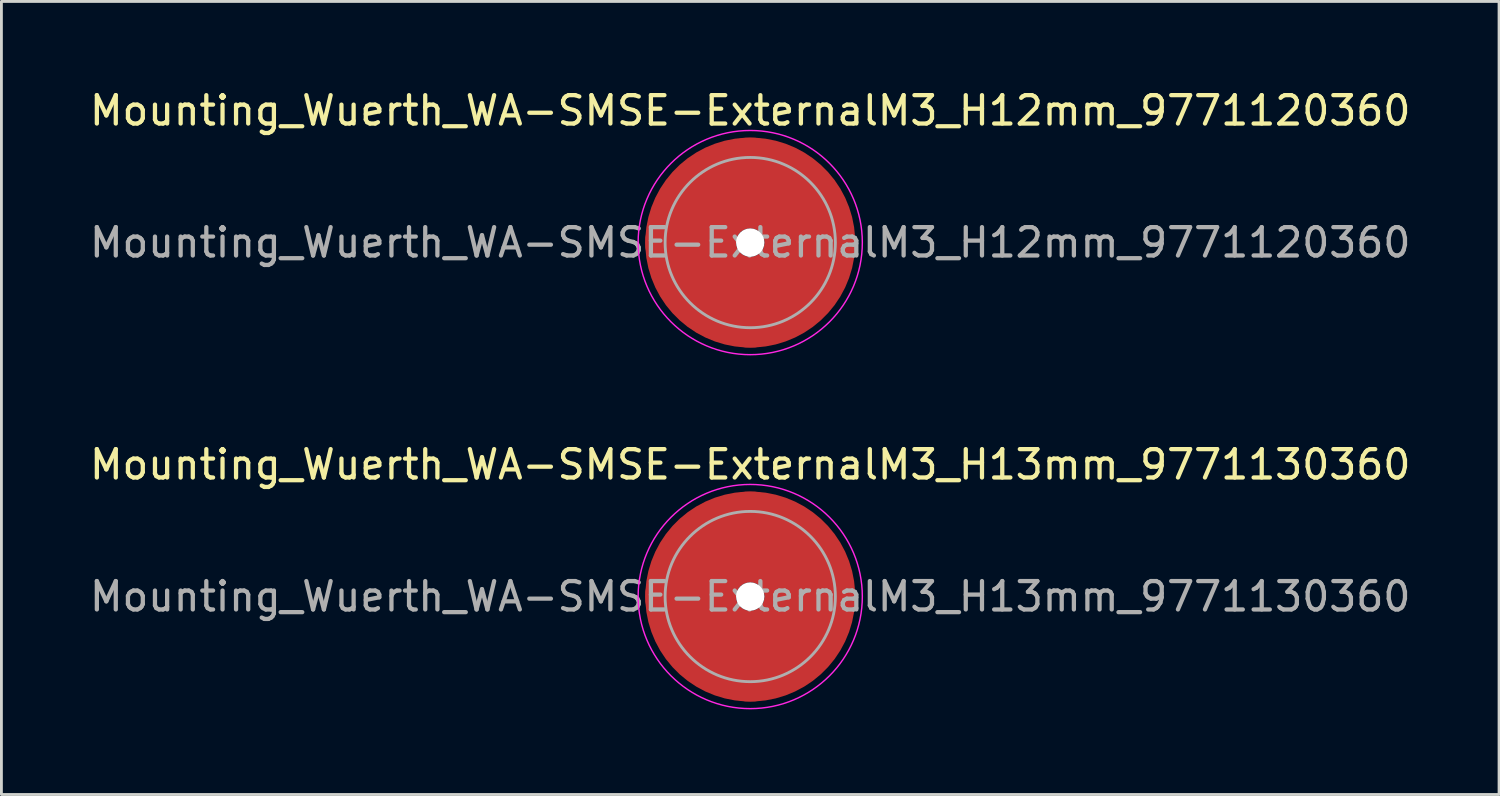
<source format=kicad_pcb>
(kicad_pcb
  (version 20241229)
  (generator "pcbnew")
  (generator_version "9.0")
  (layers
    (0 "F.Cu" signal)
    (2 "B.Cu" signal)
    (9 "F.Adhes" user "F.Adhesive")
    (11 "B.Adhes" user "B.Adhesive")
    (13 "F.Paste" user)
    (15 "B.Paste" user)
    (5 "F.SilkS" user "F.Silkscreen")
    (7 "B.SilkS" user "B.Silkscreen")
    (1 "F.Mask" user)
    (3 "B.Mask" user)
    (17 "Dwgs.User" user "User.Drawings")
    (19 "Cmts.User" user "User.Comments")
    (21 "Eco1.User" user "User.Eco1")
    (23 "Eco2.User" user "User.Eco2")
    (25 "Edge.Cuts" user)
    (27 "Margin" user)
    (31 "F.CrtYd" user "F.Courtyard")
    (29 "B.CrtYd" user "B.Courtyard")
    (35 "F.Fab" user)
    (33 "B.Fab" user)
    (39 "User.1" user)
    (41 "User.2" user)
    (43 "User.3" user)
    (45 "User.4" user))
  (footprint "Mounting_Wuerth_WA-SMSE-ExternalM3_H12mm_9771120360"
    (layer "F.Cu")
    (at 23.387 5.498)
    (property "Reference" "Mounting_Wuerth_WA-SMSE-ExternalM3_H12mm_9771120360" (at 0 -4.65 0) (layer "F.SilkS") (effects (font (size 1 1) (thickness 0.15))))
    (attr smd)
    (fp_circle (center 0 0) (end 3.95 0) (stroke (width 0.05) (type solid)) (fill no) (layer "F.CrtYd"))
    (fp_circle (center 0 0) (end 3 0) (stroke (width 0.1) (type solid)) (fill no) (layer "F.Fab"))
    (fp_text user "${REFERENCE}" (at 0 0 0) (layer "F.Fab") (effects (font (size 1 1) (thickness 0.15))))
    (pad "" smd custom (at 0 -2.1) (size 1.5 1.5) (layers "F.Paste") (options (anchor circle)) (primitives (gr_arc (start -0.305123 1.47) (mid 0 1.4) (end 0.305123 1.47) (width 0.2)) (gr_arc (start -0.493052 1.47) (mid 0 1.3) (end 0.493052 1.47) (width 0.2)) (gr_arc (start -0.642729 1.47) (mid 0 1.2) (end 0.642729 1.47) (width 0.2)) (gr_arc (start -0.776595 1.47) (mid 0 1.1) (end 0.776595 1.47) (width 0.2)) (gr_arc (start -0.901721 1.47) (mid 0 1) (end 0.901721 1.47) (width 0.2)) (gr_arc (start -1.021323 1.47) (mid 0 0.9) (end 1.021323 1.47) (width 0.2)) (gr_arc (start -1.137146 1.47) (mid 0 0.8) (end 1.137146 1.47) (width 0.2)) (gr_arc (start -1.25024 1.47) (mid 0 0.7) (end 1.25024 1.47) (width 0.2)) (gr_arc (start -1.361286 1.47) (mid 0 0.6) (end 1.361286 1.47) (width 0.2)) (gr_arc (start -1.470748 1.47) (mid 0 0.5) (end 1.470748 1.47) (width 0.2)) (gr_arc (start -1.578955 1.47) (mid 0 0.4) (end 1.578955 1.47) (width 0.2)) (gr_arc (start -1.686149 1.47) (mid 0 0.3) (end 1.686149 1.47) (width 0.2)) (gr_arc (start -1.792512 1.47) (mid 0 0.2) (end 1.792512 1.47) (width 0.2)) (gr_arc (start -1.898183 1.47) (mid 0 0.1) (end 1.898183 1.47) (width 0.2)) (gr_arc (start -2.003272 1.47) (mid 0 0) (end 2.003272 1.47) (width 0.2)) (gr_arc (start -2.107866 1.47) (mid 0 -0.1) (end 2.107866 1.47) (width 0.2)) (gr_arc (start -2.212035 1.47) (mid 0 -0.2) (end 2.212035 1.47) (width 0.2)) (gr_arc (start -2.315837 1.47) (mid 0 -0.3) (end 2.315837 1.47) (width 0.2)) (gr_arc (start -2.419318 1.47) (mid 0 -0.4) (end 2.419318 1.47) (width 0.2)) (gr_arc (start -2.522519 1.47) (mid 0 -0.5) (end 2.522519 1.47) (width 0.2)) (gr_arc (start -2.625471 1.47) (mid 0 -0.6) (end 2.625471 1.47) (width 0.2)) (gr_arc (start -2.728205 1.47) (mid 0 -0.7) (end 2.728205 1.47) (width 0.2)) (gr_arc (start -2.830742 1.47) (mid 0 -0.8) (end 2.830742 1.47) (width 0.2)) (gr_arc (start -2.933104 1.47) (mid 0 -0.9) (end 2.933104 1.47) (width 0.2)) (gr_arc (start -3.035309 1.47) (mid 0 -1) (end 3.035309 1.47) (width 0.2)) (gr_arc (start -3.137372 1.47) (mid 0 -1.1) (end 3.137372 1.47) (width 0.2)) (gr_arc (start -3.239305 1.47) (mid 0 -1.2) (end 3.239305 1.47) (width 0.2)) (gr_arc (start -3.341123 1.47) (mid 0 -1.3) (end 3.341123 1.47) (width 0.2)) (gr_arc (start -3.442833 1.47) (mid 0 -1.4) (end 3.442833 1.47) (width 0.2)) (gr_line (start 0.305 1.47) (end 3.443 1.47) (width 0.2)) (gr_line (start -0.305 1.47) (end -3.443 1.47) (width 0.2))))
    (pad "" np_thru_hole circle (at 0 0) (size 1 1) (drill 1) (layers "*.Cu" "*.Mask"))
    (pad "" smd custom (at 0 2.1) (size 1.5 1.5) (layers "F.Paste") (options (anchor circle)) (primitives (gr_arc (start 0.305123 -1.47) (mid 0 -1.4) (end -0.305123 -1.47) (width 0.2)) (gr_arc (start 0.493052 -1.47) (mid 0 -1.3) (end -0.493052 -1.47) (width 0.2)) (gr_arc (start 0.642729 -1.47) (mid 0 -1.2) (end -0.642729 -1.47) (width 0.2)) (gr_arc (start 0.776595 -1.47) (mid 0 -1.1) (end -0.776595 -1.47) (width 0.2)) (gr_arc (start 0.901721 -1.47) (mid 0 -1) (end -0.901721 -1.47) (width 0.2)) (gr_arc (start 1.021323 -1.47) (mid 0 -0.9) (end -1.021323 -1.47) (width 0.2)) (gr_arc (start 1.137146 -1.47) (mid 0 -0.8) (end -1.137146 -1.47) (width 0.2)) (gr_arc (start 1.25024 -1.47) (mid 0 -0.7) (end -1.25024 -1.47) (width 0.2)) (gr_arc (start 1.361286 -1.47) (mid 0 -0.6) (end -1.361286 -1.47) (width 0.2)) (gr_arc (start 1.470748 -1.47) (mid 0 -0.5) (end -1.470748 -1.47) (width 0.2)) (gr_arc (start 1.578955 -1.47) (mid 0 -0.4) (end -1.578955 -1.47) (width 0.2)) (gr_arc (start 1.686149 -1.47) (mid 0 -0.3) (end -1.686149 -1.47) (width 0.2)) (gr_arc (start 1.792512 -1.47) (mid 0 -0.2) (end -1.792512 -1.47) (width 0.2)) (gr_arc (start 1.898183 -1.47) (mid 0 -0.1) (end -1.898183 -1.47) (width 0.2)) (gr_arc (start 2.003272 -1.47) (mid 0 0) (end -2.003272 -1.47) (width 0.2)) (gr_arc (start 2.107866 -1.47) (mid 0 0.1) (end -2.107866 -1.47) (width 0.2)) (gr_arc (start 2.212035 -1.47) (mid 0 0.2) (end -2.212035 -1.47) (width 0.2)) (gr_arc (start 2.315837 -1.47) (mid 0 0.3) (end -2.315837 -1.47) (width 0.2)) (gr_arc (start 2.419318 -1.47) (mid 0 0.4) (end -2.419318 -1.47) (width 0.2)) (gr_arc (start 2.522519 -1.47) (mid 0 0.5) (end -2.522519 -1.47) (width 0.2)) (gr_arc (start 2.625471 -1.47) (mid 0 0.6) (end -2.625471 -1.47) (width 0.2)) (gr_arc (start 2.728205 -1.47) (mid 0 0.7) (end -2.728205 -1.47) (width 0.2)) (gr_arc (start 2.830742 -1.47) (mid 0 0.8) (end -2.830742 -1.47) (width 0.2)) (gr_arc (start 2.933104 -1.47) (mid 0 0.9) (end -2.933104 -1.47) (width 0.2)) (gr_arc (start 3.035309 -1.47) (mid 0 1) (end -3.035309 -1.47) (width 0.2)) (gr_arc (start 3.137372 -1.47) (mid 0 1.1) (end -3.137372 -1.47) (width 0.2)) (gr_arc (start 3.239305 -1.47) (mid 0 1.2) (end -3.239305 -1.47) (width 0.2)) (gr_arc (start 3.341123 -1.47) (mid 0 1.3) (end -3.341123 -1.47) (width 0.2)) (gr_arc (start 3.442833 -1.47) (mid 0 1.4) (end -3.442833 -1.47) (width 0.2)) (gr_line (start -0.305 -1.47) (end -3.443 -1.47) (width 0.2)) (gr_line (start 0.305 -1.47) (end 3.443 -1.47) (width 0.2))))
    (pad "1" smd circle (at -2.1 0) (size 3.2 3.2) (layers "F.Cu"))
    (pad "1" smd circle (at 0 -2.1) (size 3.2 3.2) (layers "F.Cu"))
    (pad "1" smd circle (at 0 2.1) (size 3.2 3.2) (layers "F.Cu"))
    (pad "1" smd custom (at 2.1 0) (size 3.2 3.2) (layers "F.Cu" "F.Mask") (options (anchor circle)) (primitives (gr_circle (center -2.1 0) (end 0 0) (width 3.2) (fill no)))))
  (footprint "Mounting_Wuerth_WA-SMSE-ExternalM3_H13mm_9771130360"
    (layer "F.Cu")
    (at 23.387 17.971)
    (property "Reference" "Mounting_Wuerth_WA-SMSE-ExternalM3_H13mm_9771130360" (at 0 -4.65 0) (layer "F.SilkS") (effects (font (size 1 1) (thickness 0.15))))
    (attr smd)
    (fp_circle (center 0 0) (end 3.95 0) (stroke (width 0.05) (type solid)) (fill no) (layer "F.CrtYd"))
    (fp_circle (center 0 0) (end 3 0) (stroke (width 0.1) (type solid)) (fill no) (layer "F.Fab"))
    (fp_text user "${REFERENCE}" (at 0 0 0) (layer "F.Fab") (effects (font (size 1 1) (thickness 0.15))))
    (pad "" smd custom (at 0 -2.1) (size 1.5 1.5) (layers "F.Paste") (options (anchor circle)) (primitives (gr_arc (start -0.305123 1.47) (mid 0 1.4) (end 0.305123 1.47) (width 0.2)) (gr_arc (start -0.493052 1.47) (mid 0 1.3) (end 0.493052 1.47) (width 0.2)) (gr_arc (start -0.642729 1.47) (mid 0 1.2) (end 0.642729 1.47) (width 0.2)) (gr_arc (start -0.776595 1.47) (mid 0 1.1) (end 0.776595 1.47) (width 0.2)) (gr_arc (start -0.901721 1.47) (mid 0 1) (end 0.901721 1.47) (width 0.2)) (gr_arc (start -1.021323 1.47) (mid 0 0.9) (end 1.021323 1.47) (width 0.2)) (gr_arc (start -1.137146 1.47) (mid 0 0.8) (end 1.137146 1.47) (width 0.2)) (gr_arc (start -1.25024 1.47) (mid 0 0.7) (end 1.25024 1.47) (width 0.2)) (gr_arc (start -1.361286 1.47) (mid 0 0.6) (end 1.361286 1.47) (width 0.2)) (gr_arc (start -1.470748 1.47) (mid 0 0.5) (end 1.470748 1.47) (width 0.2)) (gr_arc (start -1.578955 1.47) (mid 0 0.4) (end 1.578955 1.47) (width 0.2)) (gr_arc (start -1.686149 1.47) (mid 0 0.3) (end 1.686149 1.47) (width 0.2)) (gr_arc (start -1.792512 1.47) (mid 0 0.2) (end 1.792512 1.47) (width 0.2)) (gr_arc (start -1.898183 1.47) (mid 0 0.1) (end 1.898183 1.47) (width 0.2)) (gr_arc (start -2.003272 1.47) (mid 0 0) (end 2.003272 1.47) (width 0.2)) (gr_arc (start -2.107866 1.47) (mid 0 -0.1) (end 2.107866 1.47) (width 0.2)) (gr_arc (start -2.212035 1.47) (mid 0 -0.2) (end 2.212035 1.47) (width 0.2)) (gr_arc (start -2.315837 1.47) (mid 0 -0.3) (end 2.315837 1.47) (width 0.2)) (gr_arc (start -2.419318 1.47) (mid 0 -0.4) (end 2.419318 1.47) (width 0.2)) (gr_arc (start -2.522519 1.47) (mid 0 -0.5) (end 2.522519 1.47) (width 0.2)) (gr_arc (start -2.625471 1.47) (mid 0 -0.6) (end 2.625471 1.47) (width 0.2)) (gr_arc (start -2.728205 1.47) (mid 0 -0.7) (end 2.728205 1.47) (width 0.2)) (gr_arc (start -2.830742 1.47) (mid 0 -0.8) (end 2.830742 1.47) (width 0.2)) (gr_arc (start -2.933104 1.47) (mid 0 -0.9) (end 2.933104 1.47) (width 0.2)) (gr_arc (start -3.035309 1.47) (mid 0 -1) (end 3.035309 1.47) (width 0.2)) (gr_arc (start -3.137372 1.47) (mid 0 -1.1) (end 3.137372 1.47) (width 0.2)) (gr_arc (start -3.239305 1.47) (mid 0 -1.2) (end 3.239305 1.47) (width 0.2)) (gr_arc (start -3.341123 1.47) (mid 0 -1.3) (end 3.341123 1.47) (width 0.2)) (gr_arc (start -3.442833 1.47) (mid 0 -1.4) (end 3.442833 1.47) (width 0.2)) (gr_line (start 0.305 1.47) (end 3.443 1.47) (width 0.2)) (gr_line (start -0.305 1.47) (end -3.443 1.47) (width 0.2))))
    (pad "" np_thru_hole circle (at 0 0) (size 1 1) (drill 1) (layers "*.Cu" "*.Mask"))
    (pad "" smd custom (at 0 2.1) (size 1.5 1.5) (layers "F.Paste") (options (anchor circle)) (primitives (gr_arc (start 0.305123 -1.47) (mid 0 -1.4) (end -0.305123 -1.47) (width 0.2)) (gr_arc (start 0.493052 -1.47) (mid 0 -1.3) (end -0.493052 -1.47) (width 0.2)) (gr_arc (start 0.642729 -1.47) (mid 0 -1.2) (end -0.642729 -1.47) (width 0.2)) (gr_arc (start 0.776595 -1.47) (mid 0 -1.1) (end -0.776595 -1.47) (width 0.2)) (gr_arc (start 0.901721 -1.47) (mid 0 -1) (end -0.901721 -1.47) (width 0.2)) (gr_arc (start 1.021323 -1.47) (mid 0 -0.9) (end -1.021323 -1.47) (width 0.2)) (gr_arc (start 1.137146 -1.47) (mid 0 -0.8) (end -1.137146 -1.47) (width 0.2)) (gr_arc (start 1.25024 -1.47) (mid 0 -0.7) (end -1.25024 -1.47) (width 0.2)) (gr_arc (start 1.361286 -1.47) (mid 0 -0.6) (end -1.361286 -1.47) (width 0.2)) (gr_arc (start 1.470748 -1.47) (mid 0 -0.5) (end -1.470748 -1.47) (width 0.2)) (gr_arc (start 1.578955 -1.47) (mid 0 -0.4) (end -1.578955 -1.47) (width 0.2)) (gr_arc (start 1.686149 -1.47) (mid 0 -0.3) (end -1.686149 -1.47) (width 0.2)) (gr_arc (start 1.792512 -1.47) (mid 0 -0.2) (end -1.792512 -1.47) (width 0.2)) (gr_arc (start 1.898183 -1.47) (mid 0 -0.1) (end -1.898183 -1.47) (width 0.2)) (gr_arc (start 2.003272 -1.47) (mid 0 0) (end -2.003272 -1.47) (width 0.2)) (gr_arc (start 2.107866 -1.47) (mid 0 0.1) (end -2.107866 -1.47) (width 0.2)) (gr_arc (start 2.212035 -1.47) (mid 0 0.2) (end -2.212035 -1.47) (width 0.2)) (gr_arc (start 2.315837 -1.47) (mid 0 0.3) (end -2.315837 -1.47) (width 0.2)) (gr_arc (start 2.419318 -1.47) (mid 0 0.4) (end -2.419318 -1.47) (width 0.2)) (gr_arc (start 2.522519 -1.47) (mid 0 0.5) (end -2.522519 -1.47) (width 0.2)) (gr_arc (start 2.625471 -1.47) (mid 0 0.6) (end -2.625471 -1.47) (width 0.2)) (gr_arc (start 2.728205 -1.47) (mid 0 0.7) (end -2.728205 -1.47) (width 0.2)) (gr_arc (start 2.830742 -1.47) (mid 0 0.8) (end -2.830742 -1.47) (width 0.2)) (gr_arc (start 2.933104 -1.47) (mid 0 0.9) (end -2.933104 -1.47) (width 0.2)) (gr_arc (start 3.035309 -1.47) (mid 0 1) (end -3.035309 -1.47) (width 0.2)) (gr_arc (start 3.137372 -1.47) (mid 0 1.1) (end -3.137372 -1.47) (width 0.2)) (gr_arc (start 3.239305 -1.47) (mid 0 1.2) (end -3.239305 -1.47) (width 0.2)) (gr_arc (start 3.341123 -1.47) (mid 0 1.3) (end -3.341123 -1.47) (width 0.2)) (gr_arc (start 3.442833 -1.47) (mid 0 1.4) (end -3.442833 -1.47) (width 0.2)) (gr_line (start -0.305 -1.47) (end -3.443 -1.47) (width 0.2)) (gr_line (start 0.305 -1.47) (end 3.443 -1.47) (width 0.2))))
    (pad "1" smd circle (at -2.1 0) (size 3.2 3.2) (layers "F.Cu"))
    (pad "1" smd circle (at 0 -2.1) (size 3.2 3.2) (layers "F.Cu"))
    (pad "1" smd circle (at 0 2.1) (size 3.2 3.2) (layers "F.Cu"))
    (pad "1" smd custom (at 2.1 0) (size 3.2 3.2) (layers "F.Cu" "F.Mask") (options (anchor circle)) (primitives (gr_circle (center -2.1 0) (end 0 0) (width 3.2) (fill no)))))
  (gr_rect
    (start -3 -3)
    (end 49.774 24.947)
    (stroke (width 0.1) (type default))
    (fill no)
    (layer "Edge.Cuts")))
</source>
